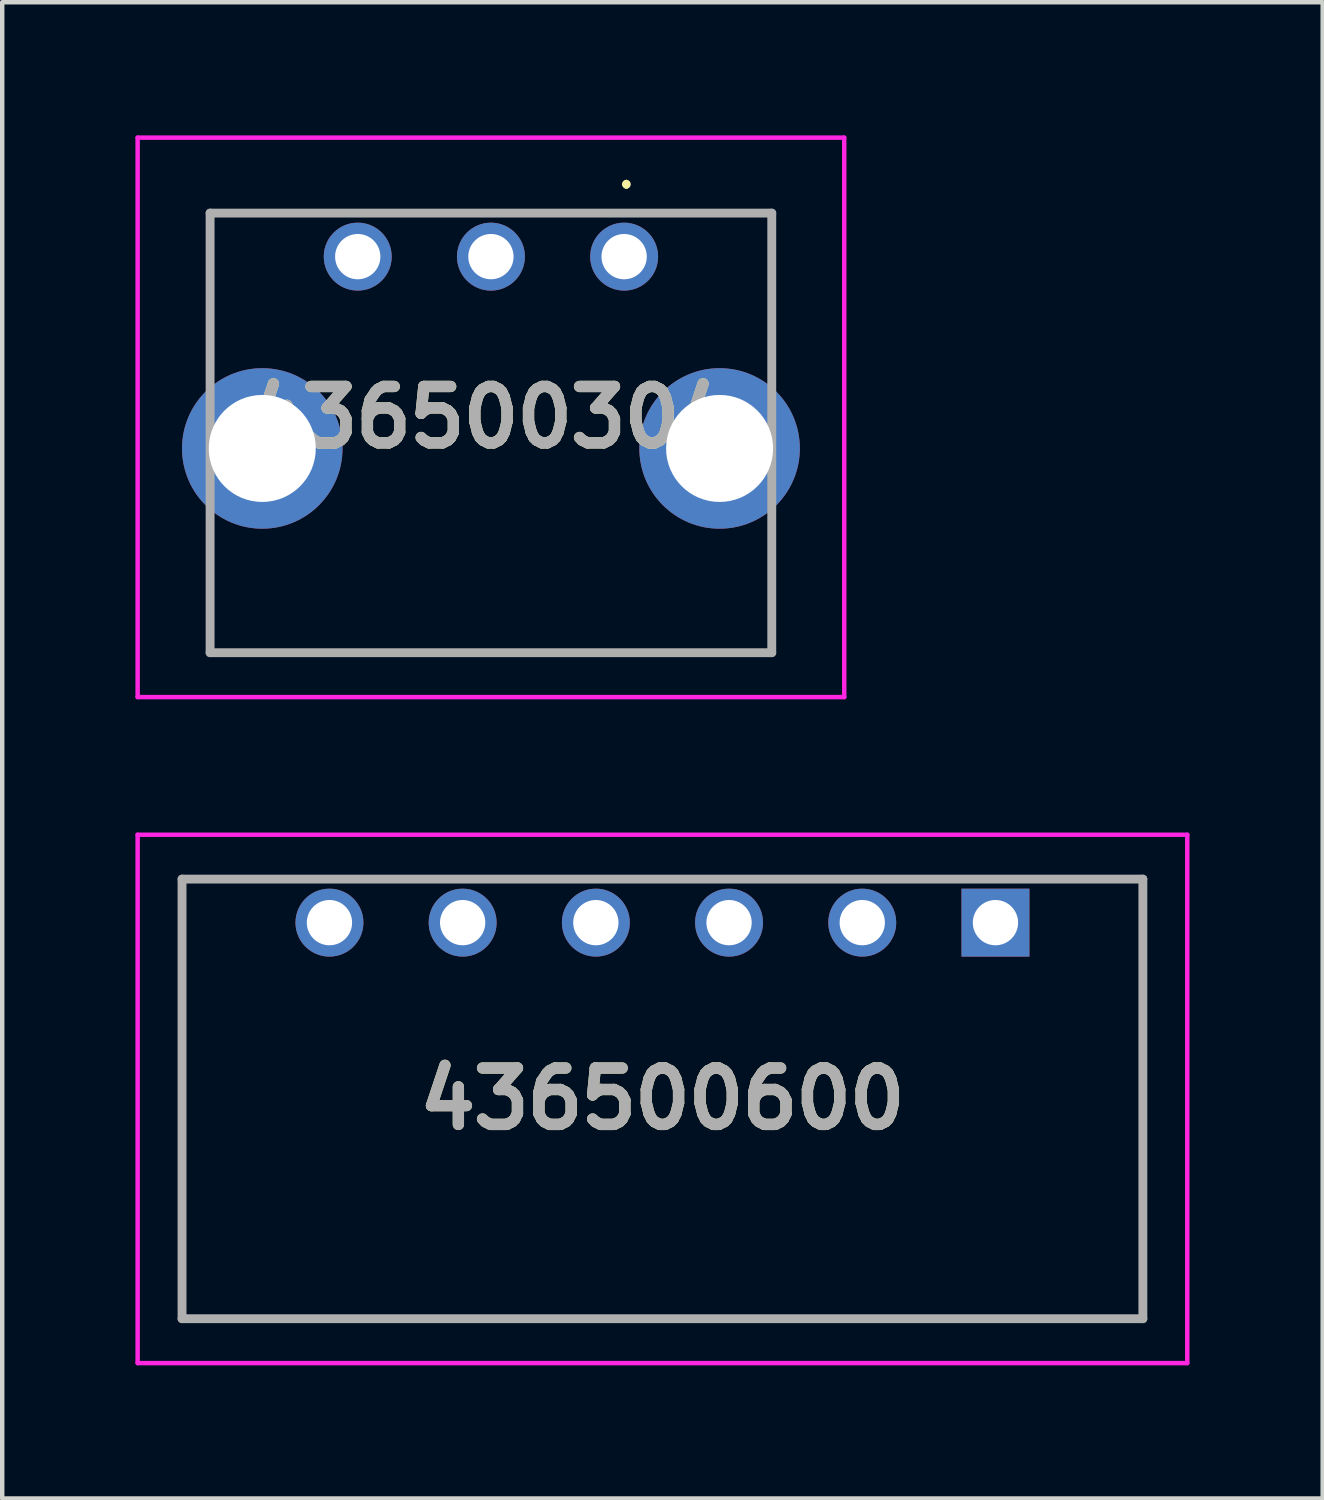
<source format=kicad_pcb>
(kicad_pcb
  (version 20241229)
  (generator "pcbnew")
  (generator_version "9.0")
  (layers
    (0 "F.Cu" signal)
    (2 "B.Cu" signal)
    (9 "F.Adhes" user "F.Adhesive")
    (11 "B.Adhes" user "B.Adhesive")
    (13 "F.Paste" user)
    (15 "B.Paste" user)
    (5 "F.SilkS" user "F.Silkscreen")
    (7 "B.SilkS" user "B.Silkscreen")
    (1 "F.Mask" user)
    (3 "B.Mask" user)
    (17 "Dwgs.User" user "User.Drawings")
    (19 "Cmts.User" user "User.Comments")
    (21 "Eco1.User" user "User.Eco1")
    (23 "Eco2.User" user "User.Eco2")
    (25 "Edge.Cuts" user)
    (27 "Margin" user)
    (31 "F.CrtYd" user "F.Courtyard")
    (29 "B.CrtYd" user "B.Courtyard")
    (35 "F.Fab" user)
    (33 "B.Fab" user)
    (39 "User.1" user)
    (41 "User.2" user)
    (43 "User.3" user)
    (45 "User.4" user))
  (footprint "436500304"
    (layer "F.Cu")
    (at 11.007 2.73)
    (property "Reference" "436500304" (at -3 3.62 0) (layer "F.SilkS") (effects (font (size 1.27 1.27) (thickness 0.254))))
    (attr through_hole)
    (fp_line (start -9.35 8.92) (end 3.325 8.92) (stroke (width 0.1) (type solid)) (layer "F.SilkS"))
    (fp_line (start -9.325 6.52) (end -9.35 8.92) (stroke (width 0.1) (type solid)) (layer "F.SilkS"))
    (fp_line (start 0.05 -1.68) (end 0.05 -1.68) (stroke (width 0.1) (type solid)) (layer "F.SilkS"))
    (fp_line (start 0.05 -1.58) (end 0.05 -1.58) (stroke (width 0.1) (type solid)) (layer "F.SilkS"))
    (fp_line (start 1.05 -0.98) (end 3.325 -0.98) (stroke (width 0.1) (type solid)) (layer "F.SilkS"))
    (fp_line (start 3.325 -0.98) (end 3.325 2.12) (stroke (width 0.1) (type solid)) (layer "F.SilkS"))
    (fp_line (start 3.325 8.92) (end 3.325 6.52) (stroke (width 0.1) (type solid)) (layer "F.SilkS"))
    (fp_arc (start 0.05 -1.68) (mid 0.1 -1.63) (end 0.05 -1.58) (stroke (width 0.1) (type solid)) (layer "F.SilkS"))
    (fp_arc (start 0.05 -1.58) (mid 0 -1.63) (end 0.05 -1.68) (stroke (width 0.1) (type solid)) (layer "F.SilkS"))
    (fp_line (start -10.957 -2.68) (end 4.957 -2.68) (stroke (width 0.1) (type solid)) (layer "F.CrtYd"))
    (fp_line (start -10.957 9.92) (end -10.957 -2.68) (stroke (width 0.1) (type solid)) (layer "F.CrtYd"))
    (fp_line (start 4.957 -2.68) (end 4.957 9.92) (stroke (width 0.1) (type solid)) (layer "F.CrtYd"))
    (fp_line (start 4.957 9.92) (end -10.957 9.92) (stroke (width 0.1) (type solid)) (layer "F.CrtYd"))
    (fp_line (start -9.325 -0.98) (end 3.325 -0.98) (stroke (width 0.2) (type solid)) (layer "F.Fab"))
    (fp_line (start -9.325 8.92) (end -9.325 -0.98) (stroke (width 0.2) (type solid)) (layer "F.Fab"))
    (fp_line (start 3.325 -0.98) (end 3.325 8.92) (stroke (width 0.2) (type solid)) (layer "F.Fab"))
    (fp_line (start 3.325 8.92) (end -9.325 8.92) (stroke (width 0.2) (type solid)) (layer "F.Fab"))
    (fp_text user "${REFERENCE}" (at -3 3.62 0) (layer "F.Fab") (effects (font (size 1.27 1.27) (thickness 0.254))))
    (pad "1" thru_hole circle (at 0 0) (size 1.53 1.53) (drill 1.02) (layers "*.Cu" "*.Mask"))
    (pad "2" thru_hole circle (at -3 0) (size 1.53 1.53) (drill 1.02) (layers "*.Cu" "*.Mask"))
    (pad "3" thru_hole circle (at -6 0) (size 1.53 1.53) (drill 1.02) (layers "*.Cu" "*.Mask"))
    (pad "MH1" thru_hole circle (at 2.15 4.32) (size 3.615 3.615) (drill 2.41) (layers "*.Cu" "*.Mask"))
    (pad "MH2" thru_hole circle (at -8.15 4.32) (size 3.615 3.615) (drill 2.41) (layers "*.Cu" "*.Mask")))
  (footprint "436500600"
    (layer "F.Cu")
    (at 19.37 17.73)
    (property "Reference" "436500600" (at -7.5 3.97 0) (layer "F.SilkS") (effects (font (size 1.27 1.27) (thickness 0.254))))
    (attr through_hole)
    (fp_line (start -18.32 -0.98) (end -18.32 -0.98) (stroke (width 0.1) (type solid)) (layer "F.SilkS"))
    (fp_line (start -18.32 -0.98) (end -18.32 -0.98) (stroke (width 0.1) (type solid)) (layer "F.SilkS"))
    (fp_line (start -18.32 -0.98) (end -18.32 8.92) (stroke (width 0.1) (type solid)) (layer "F.SilkS"))
    (fp_line (start -18.32 -0.98) (end -16.25 -0.98) (stroke (width 0.1) (type solid)) (layer "F.SilkS"))
    (fp_line (start -18.32 8.92) (end -18.32 -0.98) (stroke (width 0.1) (type solid)) (layer "F.SilkS"))
    (fp_line (start -18.32 8.92) (end -18.32 8.92) (stroke (width 0.1) (type solid)) (layer "F.SilkS"))
    (fp_line (start -18.32 8.92) (end -18.32 8.92) (stroke (width 0.1) (type solid)) (layer "F.SilkS"))
    (fp_line (start -18.32 8.92) (end 3.32 8.92) (stroke (width 0.1) (type solid)) (layer "F.SilkS"))
    (fp_line (start -16.25 -0.98) (end -18.32 -0.98) (stroke (width 0.1) (type solid)) (layer "F.SilkS"))
    (fp_line (start -16.25 -0.98) (end -16.25 -0.98) (stroke (width 0.1) (type solid)) (layer "F.SilkS"))
    (fp_line (start 1.25 -0.98) (end 1.25 -0.98) (stroke (width 0.1) (type solid)) (layer "F.SilkS"))
    (fp_line (start 1.25 -0.98) (end 3.25 -0.98) (stroke (width 0.1) (type solid)) (layer "F.SilkS"))
    (fp_line (start 3.25 -0.98) (end 1.25 -0.98) (stroke (width 0.1) (type solid)) (layer "F.SilkS"))
    (fp_line (start 3.25 -0.98) (end 3.25 -0.98) (stroke (width 0.1) (type solid)) (layer "F.SilkS"))
    (fp_line (start 3.32 -0.98) (end 3.32 -0.98) (stroke (width 0.1) (type solid)) (layer "F.SilkS"))
    (fp_line (start 3.32 -0.98) (end 3.32 8.92) (stroke (width 0.1) (type solid)) (layer "F.SilkS"))
    (fp_line (start 3.32 8.92) (end -18.32 8.92) (stroke (width 0.1) (type solid)) (layer "F.SilkS"))
    (fp_line (start 3.32 8.92) (end 3.32 -0.98) (stroke (width 0.1) (type solid)) (layer "F.SilkS"))
    (fp_line (start 3.32 8.92) (end 3.32 8.92) (stroke (width 0.1) (type solid)) (layer "F.SilkS"))
    (fp_line (start 3.32 8.92) (end 3.32 8.92) (stroke (width 0.1) (type solid)) (layer "F.SilkS"))
    (fp_line (start -19.32 -1.98) (end 4.32 -1.98) (stroke (width 0.1) (type solid)) (layer "F.CrtYd"))
    (fp_line (start -19.32 9.92) (end -19.32 -1.98) (stroke (width 0.1) (type solid)) (layer "F.CrtYd"))
    (fp_line (start 4.32 -1.98) (end 4.32 9.92) (stroke (width 0.1) (type solid)) (layer "F.CrtYd"))
    (fp_line (start 4.32 9.92) (end -19.32 9.92) (stroke (width 0.1) (type solid)) (layer "F.CrtYd"))
    (fp_line (start -18.32 -0.98) (end -18.32 8.92) (stroke (width 0.2) (type solid)) (layer "F.Fab"))
    (fp_line (start -18.32 8.92) (end 3.32 8.92) (stroke (width 0.2) (type solid)) (layer "F.Fab"))
    (fp_line (start 3.32 -0.98) (end -18.32 -0.98) (stroke (width 0.2) (type solid)) (layer "F.Fab"))
    (fp_line (start 3.32 8.92) (end 3.32 -0.98) (stroke (width 0.2) (type solid)) (layer "F.Fab"))
    (fp_text user "${REFERENCE}" (at -7.5 3.97 0) (layer "F.Fab") (effects (font (size 1.27 1.27) (thickness 0.254))))
    (pad "" np_thru_hole circle (at -12.85 4.32) (size 0.001 0.001) (drill 3) (layers "*.Cu" "*.Mask"))
    (pad "" np_thru_hole circle (at -2.15 4.32) (size 0.001 0.001) (drill 3) (layers "*.Cu" "*.Mask"))
    (pad "1" thru_hole rect (at 0 0) (size 1.53 1.53) (drill 1.02) (layers "*.Cu" "*.Mask"))
    (pad "2" thru_hole circle (at -3 0) (size 1.53 1.53) (drill 1.02) (layers "*.Cu" "*.Mask"))
    (pad "3" thru_hole circle (at -6 0) (size 1.53 1.53) (drill 1.02) (layers "*.Cu" "*.Mask"))
    (pad "4" thru_hole circle (at -9 0) (size 1.53 1.53) (drill 1.02) (layers "*.Cu" "*.Mask"))
    (pad "5" thru_hole circle (at -12 0) (size 1.53 1.53) (drill 1.02) (layers "*.Cu" "*.Mask"))
    (pad "6" thru_hole circle (at -15 0) (size 1.53 1.53) (drill 1.02) (layers "*.Cu" "*.Mask")))
  (gr_rect
    (start -3 -3)
    (end 26.74 30.7)
    (stroke (width 0.1) (type default))
    (fill no)
    (layer "Edge.Cuts")))
</source>
